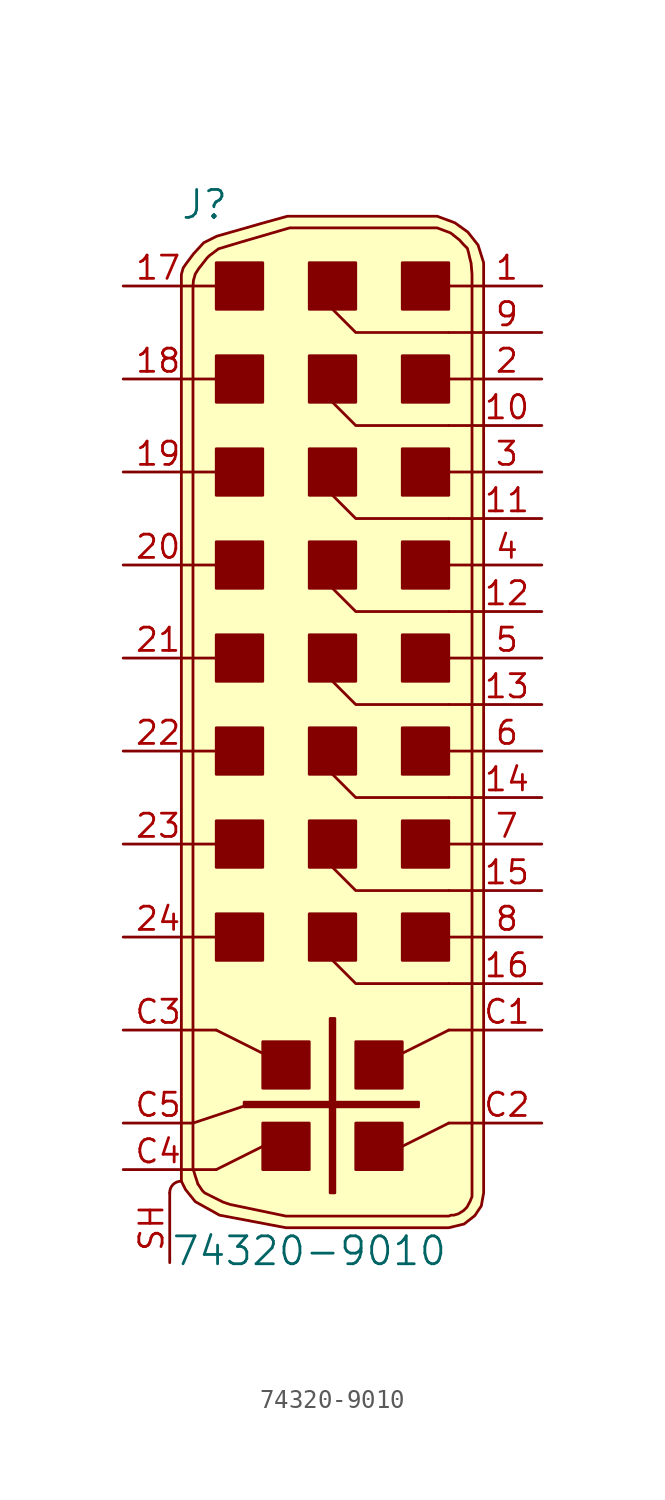
<source format=kicad_sym>
(kicad_symbol_lib
  (version 20220914)
  (generator kicad_symbol_editor)
  (symbol "74320-9010"
    (pin_names
      (offset 1.016))
    (property "Reference" "J"
      (at -8.255 27.305 0)
      (effects (font (size 1.524 1.524))))
    (property "Value" "74320-9010"
      (at -2.54 -29.845 0)
      (effects (font (size 1.524 1.524))))
    (symbol "74320-9010_0_1"
      (arc (start -9.525 -26.035) (mid -9.9825 -26.2192) (end -10.16 -26.67) (stroke (width 0) (type solid)) (fill (type none)))
      (rectangle (start -5.08 -11.43) (end -7.62 -13.97) (stroke (width 0) (type solid)) (fill (type outline)))
      (rectangle (start -5.08 -6.35) (end -7.62 -8.89) (stroke (width 0) (type solid)) (fill (type outline)))
      (rectangle (start -5.08 -1.27) (end -7.62 -3.81) (stroke (width 0) (type solid)) (fill (type outline)))
      (rectangle (start -5.08 3.81) (end -7.62 1.27) (stroke (width 0) (type solid)) (fill (type outline)))
      (rectangle (start -5.08 8.89) (end -7.62 6.35) (stroke (width 0) (type solid)) (fill (type outline)))
      (rectangle (start -5.08 13.97) (end -7.62 11.43) (stroke (width 0) (type solid)) (fill (type outline)))
      (rectangle (start -5.08 19.05) (end -7.62 16.51) (stroke (width 0) (type solid)) (fill (type outline)))
      (rectangle (start -5.08 24.13) (end -7.62 21.59) (stroke (width 0) (type solid)) (fill (type outline)))
      (rectangle (start -2.54 -22.86) (end -5.08 -25.4) (stroke (width 0) (type solid)) (fill (type outline)))
      (rectangle (start -2.54 -18.415) (end -5.08 -20.955) (stroke (width 0) (type solid)) (fill (type outline)))
      (rectangle (start -1.397 -17.145) (end -1.143 -26.67) (stroke (width 0) (type solid)) (fill (type outline)))
      (rectangle (start 0 -11.43) (end -2.54 -13.97) (stroke (width 0) (type solid)) (fill (type outline)))
      (rectangle (start 0 -6.35) (end -2.54 -8.89) (stroke (width 0) (type solid)) (fill (type outline)))
      (rectangle (start 0 -1.27) (end -2.54 -3.81) (stroke (width 0) (type solid)) (fill (type outline)))
      (polyline (pts (xy -8.89 -22.86) (xy -5.842 -21.844)) (stroke (width 0) (type solid)) (fill (type none)))
      (polyline (pts (xy -7.62 -25.4) (xy -8.89 -25.4)) (stroke (width 0) (type solid)) (fill (type none)))
      (polyline (pts (xy -7.62 -25.4) (xy -5.08 -24.13)) (stroke (width 0) (type solid)) (fill (type none)))
      (polyline (pts (xy -7.62 -17.78) (xy -8.89 -17.78)) (stroke (width 0) (type solid)) (fill (type none)))
      (polyline (pts (xy -7.62 -17.78) (xy -5.08 -19.05)) (stroke (width 0) (type solid)) (fill (type none)))
      (polyline (pts (xy -7.62 -12.7) (xy -8.89 -12.7)) (stroke (width 0) (type solid)) (fill (type none)))
      (polyline (pts (xy -7.62 -7.62) (xy -8.89 -7.62)) (stroke (width 0) (type solid)) (fill (type none)))
      (polyline (pts (xy -7.62 -2.54) (xy -8.89 -2.54)) (stroke (width 0) (type solid)) (fill (type none)))
      (polyline (pts (xy -7.62 2.54) (xy -8.89 2.54)) (stroke (width 0) (type solid)) (fill (type none)))
      (polyline (pts (xy -7.62 7.62) (xy -8.89 7.62)) (stroke (width 0) (type solid)) (fill (type none)))
      (polyline (pts (xy -7.62 12.7) (xy -8.89 12.7)) (stroke (width 0) (type solid)) (fill (type none)))
      (polyline (pts (xy -7.62 17.78) (xy -8.89 17.78)) (stroke (width 0) (type solid)) (fill (type none)))
      (polyline (pts (xy -7.62 22.86) (xy -8.89 22.86)) (stroke (width 0) (type solid)) (fill (type none)))
      (polyline (pts (xy 5.08 -22.86) (xy 2.54 -24.13)) (stroke (width 0) (type solid)) (fill (type none)))
      (polyline (pts (xy 5.08 -17.78) (xy 2.54 -19.05)) (stroke (width 0) (type solid)) (fill (type none)))
      (polyline (pts (xy 5.08 22.86) (xy 5.08 22.86)) (stroke (width 0) (type solid)) (fill (type none)))
      (polyline (pts (xy 6.35 -22.86) (xy 5.08 -22.86)) (stroke (width 0) (type solid)) (fill (type none)))
      (polyline (pts (xy 6.35 -17.78) (xy 5.08 -17.78)) (stroke (width 0) (type solid)) (fill (type none)))
      (polyline (pts (xy 6.35 -15.24) (xy 5.08 -15.24)) (stroke (width 0) (type solid)) (fill (type none)))
      (polyline (pts (xy 6.35 -12.7) (xy 5.08 -12.7)) (stroke (width 0) (type solid)) (fill (type none)))
      (polyline (pts (xy 6.35 -10.16) (xy 5.08 -10.16)) (stroke (width 0) (type solid)) (fill (type none)))
      (polyline (pts (xy 6.35 -7.62) (xy 5.08 -7.62)) (stroke (width 0) (type solid)) (fill (type none)))
      (polyline (pts (xy 6.35 -5.08) (xy 5.08 -5.08)) (stroke (width 0) (type solid)) (fill (type none)))
      (polyline (pts (xy 6.35 -2.54) (xy 5.08 -2.54)) (stroke (width 0) (type solid)) (fill (type none)))
      (polyline (pts (xy 6.35 0) (xy 5.08 0)) (stroke (width 0) (type solid)) (fill (type none)))
      (polyline (pts (xy 6.35 2.54) (xy 5.08 2.54)) (stroke (width 0) (type solid)) (fill (type none)))
      (polyline (pts (xy 6.35 5.08) (xy 5.08 5.08)) (stroke (width 0) (type solid)) (fill (type none)))
      (polyline (pts (xy 6.35 7.62) (xy 5.08 7.62)) (stroke (width 0) (type solid)) (fill (type none)))
      (polyline (pts (xy 6.35 10.16) (xy 5.08 10.16)) (stroke (width 0) (type solid)) (fill (type none)))
      (polyline (pts (xy 6.35 12.7) (xy 5.08 12.7)) (stroke (width 0) (type solid)) (fill (type none)))
      (polyline (pts (xy 6.35 15.24) (xy 5.08 15.24)) (stroke (width 0) (type solid)) (fill (type none)))
      (polyline (pts (xy 6.35 17.78) (xy 5.08 17.78)) (stroke (width 0) (type solid)) (fill (type none)))
      (polyline (pts (xy 6.35 20.32) (xy 5.08 20.32)) (stroke (width 0) (type solid)) (fill (type none)))
      (polyline (pts (xy 6.35 22.86) (xy 5.08 22.86)) (stroke (width 0) (type solid)) (fill (type none)))
      (polyline (pts (xy -1.27 -13.97) (xy 0 -15.24) (xy 5.08 -15.24)) (stroke (width 0) (type solid)) (fill (type none)))
      (polyline (pts (xy -1.27 -8.89) (xy 0 -10.16) (xy 5.08 -10.16)) (stroke (width 0) (type solid)) (fill (type none)))
      (polyline (pts (xy -1.27 -3.81) (xy 0 -5.08) (xy 5.08 -5.08)) (stroke (width 0) (type solid)) (fill (type none)))
      (polyline (pts (xy -1.27 1.27) (xy 0 0) (xy 5.08 0)) (stroke (width 0) (type solid)) (fill (type none)))
      (polyline (pts (xy -1.27 6.35) (xy 0 5.08) (xy 5.08 5.08)) (stroke (width 0) (type solid)) (fill (type none)))
      (polyline (pts (xy -1.27 11.43) (xy 0 10.16) (xy 5.08 10.16)) (stroke (width 0) (type solid)) (fill (type none)))
      (polyline (pts (xy -1.27 16.51) (xy 0 15.24) (xy 5.08 15.24)) (stroke (width 0) (type solid)) (fill (type none)))
      (polyline (pts (xy -1.27 21.59) (xy 0 20.32) (xy 5.08 20.32)) (stroke (width 0) (type solid)) (fill (type none)))
      (polyline (pts (xy 6.985 -26.67) (xy 6.985 24.13) (xy 6.68 25.095) (xy 6.121 25.806) (xy 5.41 26.314) (xy 4.445 26.67) (xy -3.734 26.67) (xy -5.105 26.289) (xy -7.595 25.578) (xy -8.306 25.222) (xy -8.865 24.613) (xy -9.246 24.105) (xy -9.423 23.851) (xy -9.525 23.495) (xy -9.525 -26.035) (xy -9.296 -26.492) (xy -8.763 -27.153) (xy -7.442 -27.889) (xy -3.81 -28.575) (xy 5.08 -28.575) (xy 5.918 -28.372) (xy 6.502 -27.915) (xy 6.858 -27.381) (xy 6.985 -26.67)) (stroke (width 0) (type solid)) (fill (type background)))
      (polyline (pts (xy -8.89 22.86) (xy -8.865 23.165) (xy -8.763 23.52) (xy -8.585 23.8) (xy -8.306 24.155) (xy -8.128 24.384) (xy -8.001 24.511) (xy -7.493 24.892) (xy -6.223 25.273) (xy -3.607 26.035) (xy 0.635 26.035) (xy 4.445 26.035) (xy 5.182 25.756) (xy 5.664 25.375) (xy 5.867 25.146) (xy 6.096 24.917) (xy 6.172 24.638) (xy 6.223 24.409) (xy 6.299 24.105) (xy 6.35 23.495) (xy 6.35 -26.67) (xy 6.35 -26.873) (xy 6.248 -27.127) (xy 6.071 -27.457) (xy 5.893 -27.635) (xy 5.613 -27.813) (xy 5.359 -27.889) (xy 5.207 -27.889) (xy 5.08 -27.94) (xy -3.81 -27.94) (xy -6.858 -27.305) (xy -7.239 -27.178) (xy -7.747 -26.924) (xy -8.001 -26.797) (xy -8.255 -26.67) (xy -8.382 -26.543) (xy -8.636 -26.162) (xy -8.611 -26.213) (xy -8.687 -25.984) (xy -8.763 -25.756) (xy -8.839 -25.502) (xy -8.89 -25.4) (xy -8.89 22.86)) (stroke (width 0) (type solid)) (fill (type background)))
      (rectangle (start 0 3.81) (end -2.54 1.27) (stroke (width 0) (type solid)) (fill (type outline)))
      (rectangle (start 0 8.89) (end -2.54 6.35) (stroke (width 0) (type solid)) (fill (type outline)))
      (rectangle (start 0 13.97) (end -2.54 11.43) (stroke (width 0) (type solid)) (fill (type outline)))
      (rectangle (start 0 19.05) (end -2.54 16.51) (stroke (width 0) (type solid)) (fill (type outline)))
      (rectangle (start 0 24.13) (end -2.54 21.59) (stroke (width 0) (type solid)) (fill (type outline)))
      (rectangle (start 2.54 -22.86) (end 0 -25.4) (stroke (width 0) (type solid)) (fill (type outline)))
      (rectangle (start 2.54 -18.415) (end 0 -20.955) (stroke (width 0) (type solid)) (fill (type outline)))
      (rectangle (start 5.08 -11.43) (end 2.54 -13.97) (stroke (width 0) (type solid)) (fill (type outline)))
      (rectangle (start 5.08 -6.35) (end 2.54 -8.89) (stroke (width 0) (type solid)) (fill (type outline)))
      (rectangle (start 5.08 -1.27) (end 2.54 -3.81) (stroke (width 0) (type solid)) (fill (type outline)))
      (rectangle (start 5.08 3.81) (end 2.54 1.27) (stroke (width 0) (type solid)) (fill (type outline)))
      (rectangle (start 5.08 8.89) (end 2.54 6.35) (stroke (width 0) (type solid)) (fill (type outline)))
      (rectangle (start 5.08 13.97) (end 2.54 11.43) (stroke (width 0) (type solid)) (fill (type outline)))
      (rectangle (start 5.08 19.05) (end 2.54 16.51) (stroke (width 0) (type solid)) (fill (type outline)))
      (rectangle (start 5.08 24.13) (end 2.54 21.59) (stroke (width 0) (type solid)) (fill (type outline))))
    (symbol "74320-9010_1_1"
      (rectangle (start -6.096 -21.971) (end 3.429 -21.717) (stroke (width 0) (type solid)) (fill (type outline)))
      (pin passive line (at 10.16 22.86 180) (length 3.81) (name "~" (effects (font (size 1.27 1.27)))) (number "1" (effects (font (size 1.27 1.27)))))
      (pin passive line (at 10.16 15.24 180) (length 3.81) (name "~" (effects (font (size 1.27 1.27)))) (number "10" (effects (font (size 1.27 1.27)))))
      (pin passive line (at 10.16 10.16 180) (length 3.81) (name "~" (effects (font (size 1.27 1.27)))) (number "11" (effects (font (size 1.27 1.27)))))
      (pin passive line (at 10.16 5.08 180) (length 3.81) (name "~" (effects (font (size 1.27 1.27)))) (number "12" (effects (font (size 1.27 1.27)))))
      (pin passive line (at 10.16 0 180) (length 3.81) (name "~" (effects (font (size 1.27 1.27)))) (number "13" (effects (font (size 1.27 1.27)))))
      (pin passive line (at 10.16 -5.08 180) (length 3.81) (name "~" (effects (font (size 1.27 1.27)))) (number "14" (effects (font (size 1.27 1.27)))))
      (pin passive line (at 10.16 -10.16 180) (length 3.81) (name "~" (effects (font (size 1.27 1.27)))) (number "15" (effects (font (size 1.27 1.27)))))
      (pin passive line (at 10.16 -15.24 180) (length 3.81) (name "~" (effects (font (size 1.27 1.27)))) (number "16" (effects (font (size 1.27 1.27)))))
      (pin passive line (at -12.7 22.86 0) (length 3.81) (name "~" (effects (font (size 1.27 1.27)))) (number "17" (effects (font (size 1.27 1.27)))))
      (pin passive line (at -12.7 17.78 0) (length 3.81) (name "~" (effects (font (size 1.27 1.27)))) (number "18" (effects (font (size 1.27 1.27)))))
      (pin passive line (at -12.7 12.7 0) (length 3.81) (name "~" (effects (font (size 1.27 1.27)))) (number "19" (effects (font (size 1.27 1.27)))))
      (pin passive line (at 10.16 17.78 180) (length 3.81) (name "~" (effects (font (size 1.27 1.27)))) (number "2" (effects (font (size 1.27 1.27)))))
      (pin passive line (at -12.7 7.62 0) (length 3.81) (name "~" (effects (font (size 1.27 1.27)))) (number "20" (effects (font (size 1.27 1.27)))))
      (pin passive line (at -12.7 2.54 0) (length 3.81) (name "~" (effects (font (size 1.27 1.27)))) (number "21" (effects (font (size 1.27 1.27)))))
      (pin passive line (at -12.7 -2.54 0) (length 3.81) (name "~" (effects (font (size 1.27 1.27)))) (number "22" (effects (font (size 1.27 1.27)))))
      (pin passive line (at -12.7 -7.62 0) (length 3.81) (name "~" (effects (font (size 1.27 1.27)))) (number "23" (effects (font (size 1.27 1.27)))))
      (pin passive line (at -12.7 -12.7 0) (length 3.81) (name "~" (effects (font (size 1.27 1.27)))) (number "24" (effects (font (size 1.27 1.27)))))
      (pin passive line (at 10.16 12.7 180) (length 3.81) (name "~" (effects (font (size 1.27 1.27)))) (number "3" (effects (font (size 1.27 1.27)))))
      (pin passive line (at 10.16 7.62 180) (length 3.81) (name "~" (effects (font (size 1.27 1.27)))) (number "4" (effects (font (size 1.27 1.27)))))
      (pin passive line (at 10.16 2.54 180) (length 3.81) (name "~" (effects (font (size 1.27 1.27)))) (number "5" (effects (font (size 1.27 1.27)))))
      (pin passive line (at 10.16 -2.54 180) (length 3.81) (name "~" (effects (font (size 1.27 1.27)))) (number "6" (effects (font (size 1.27 1.27)))))
      (pin passive line (at 10.16 -7.62 180) (length 3.81) (name "~" (effects (font (size 1.27 1.27)))) (number "7" (effects (font (size 1.27 1.27)))))
      (pin passive line (at 10.16 -12.7 180) (length 3.81) (name "~" (effects (font (size 1.27 1.27)))) (number "8" (effects (font (size 1.27 1.27)))))
      (pin passive line (at 10.16 20.32 180) (length 3.81) (name "~" (effects (font (size 1.27 1.27)))) (number "9" (effects (font (size 1.27 1.27)))))
      (pin passive line (at 10.16 -17.78 180) (length 3.81) (name "~" (effects (font (size 1.27 1.27)))) (number "C1" (effects (font (size 1.27 1.27)))))
      (pin passive line (at 10.16 -22.86 180) (length 3.81) (name "~" (effects (font (size 1.27 1.27)))) (number "C2" (effects (font (size 1.27 1.27)))))
      (pin passive line (at -12.7 -17.78 0) (length 3.81) (name "~" (effects (font (size 1.27 1.27)))) (number "C3" (effects (font (size 1.27 1.27)))))
      (pin passive line (at -12.7 -25.4 0) (length 3.81) (name "~" (effects (font (size 1.27 1.27)))) (number "C4" (effects (font (size 1.27 1.27)))))
      (pin passive line (at -12.7 -22.86 0) (length 3.81) (name "~" (effects (font (size 1.27 1.27)))) (number "C5" (effects (font (size 1.27 1.27)))))
      (pin passive line (at -10.16 -30.48 90) (length 3.81) (name "~" (effects (font (size 1.27 1.27)))) (number "SH" (effects (font (size 1.27 1.27))))))))
</source>
